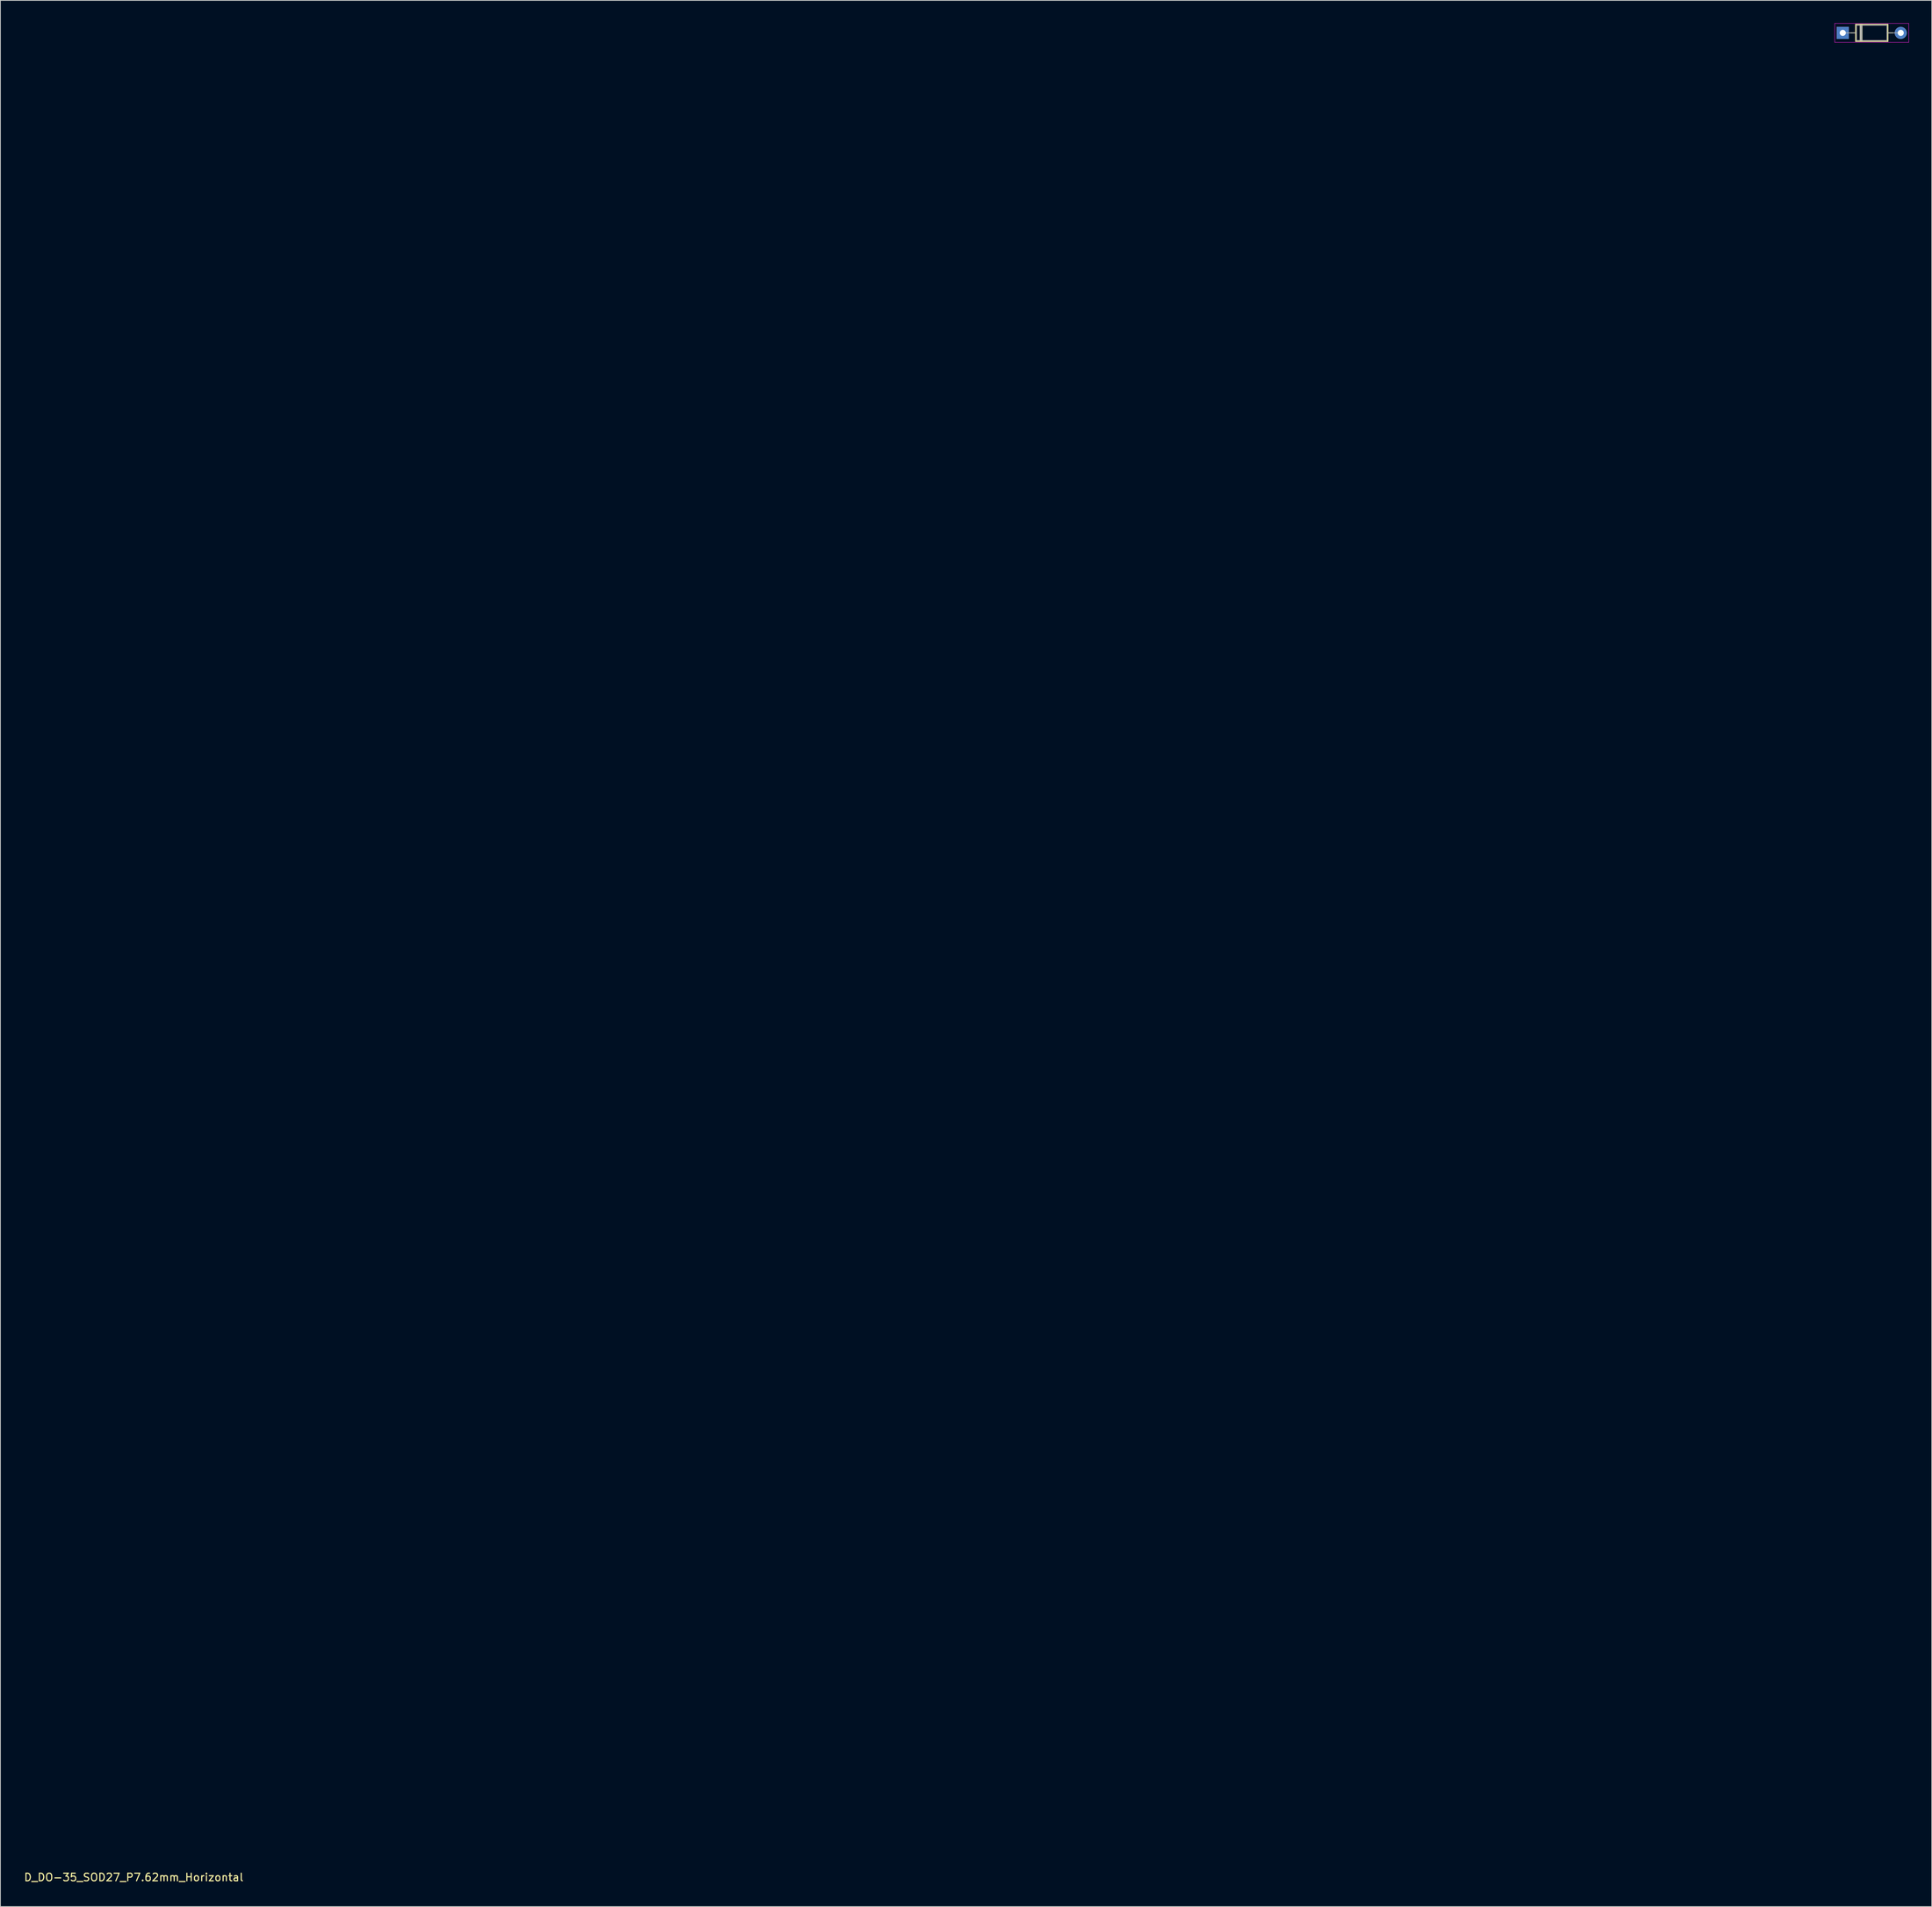
<source format=kicad_pcb>
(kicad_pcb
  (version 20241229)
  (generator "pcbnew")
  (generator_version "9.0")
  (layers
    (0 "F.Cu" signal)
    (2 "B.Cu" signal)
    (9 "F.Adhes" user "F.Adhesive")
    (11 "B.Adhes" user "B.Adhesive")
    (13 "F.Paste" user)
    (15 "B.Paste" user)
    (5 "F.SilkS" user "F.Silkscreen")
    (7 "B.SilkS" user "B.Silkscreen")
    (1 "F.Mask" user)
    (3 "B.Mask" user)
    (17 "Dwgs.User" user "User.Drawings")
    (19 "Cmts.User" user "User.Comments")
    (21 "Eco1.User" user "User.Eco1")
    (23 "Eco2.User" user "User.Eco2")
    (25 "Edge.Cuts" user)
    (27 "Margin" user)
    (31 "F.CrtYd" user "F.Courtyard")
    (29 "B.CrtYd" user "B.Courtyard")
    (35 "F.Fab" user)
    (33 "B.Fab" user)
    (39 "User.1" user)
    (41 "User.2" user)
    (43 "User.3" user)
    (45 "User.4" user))
  (footprint "D_DO-35_SOD27_P7.62mm_Horizontal"
    (layer "F.Cu")
    (at 239.096 1.275)
    (property "Reference" "D_DO-35_SOD27_P7.62mm_Horizontal" (at -224.567 242.521 180) (layer "F.SilkS") (effects (font (size 1 1) (thickness 0.15))))
    (attr through_hole)
    (fp_line (start 1.04 0) (end 1.69 0) (stroke (width 0.12) (type solid)) (layer "F.SilkS"))
    (fp_line (start 1.69 -1.12) (end 1.69 1.12) (stroke (width 0.12) (type solid)) (layer "F.SilkS"))
    (fp_line (start 1.69 1.12) (end 5.93 1.12) (stroke (width 0.12) (type solid)) (layer "F.SilkS"))
    (fp_line (start 2.29 -1.12) (end 2.29 1.12) (stroke (width 0.12) (type solid)) (layer "F.SilkS"))
    (fp_line (start 2.41 -1.12) (end 2.41 1.12) (stroke (width 0.12) (type solid)) (layer "F.SilkS"))
    (fp_line (start 2.53 -1.12) (end 2.53 1.12) (stroke (width 0.12) (type solid)) (layer "F.SilkS"))
    (fp_line (start 5.93 -1.12) (end 1.69 -1.12) (stroke (width 0.12) (type solid)) (layer "F.SilkS"))
    (fp_line (start 5.93 1.12) (end 5.93 -1.12) (stroke (width 0.12) (type solid)) (layer "F.SilkS"))
    (fp_line (start 6.58 0) (end 5.93 0) (stroke (width 0.12) (type solid)) (layer "F.SilkS"))
    (fp_line (start -1.05 -1.25) (end -1.05 1.25) (stroke (width 0.05) (type solid)) (layer "F.CrtYd"))
    (fp_line (start -1.05 1.25) (end 8.67 1.25) (stroke (width 0.05) (type solid)) (layer "F.CrtYd"))
    (fp_line (start 8.67 -1.25) (end -1.05 -1.25) (stroke (width 0.05) (type solid)) (layer "F.CrtYd"))
    (fp_line (start 8.67 1.25) (end 8.67 -1.25) (stroke (width 0.05) (type solid)) (layer "F.CrtYd"))
    (fp_line (start 0 0) (end 1.81 0) (stroke (width 0.1) (type solid)) (layer "F.Fab"))
    (fp_line (start 1.81 -1) (end 1.81 1) (stroke (width 0.1) (type solid)) (layer "F.Fab"))
    (fp_line (start 1.81 1) (end 5.81 1) (stroke (width 0.1) (type solid)) (layer "F.Fab"))
    (fp_line (start 2.31 -1) (end 2.31 1) (stroke (width 0.1) (type solid)) (layer "F.Fab"))
    (fp_line (start 2.41 -1) (end 2.41 1) (stroke (width 0.1) (type solid)) (layer "F.Fab"))
    (fp_line (start 2.51 -1) (end 2.51 1) (stroke (width 0.1) (type solid)) (layer "F.Fab"))
    (fp_line (start 5.81 -1) (end 1.81 -1) (stroke (width 0.1) (type solid)) (layer "F.Fab"))
    (fp_line (start 5.81 1) (end 5.81 -1) (stroke (width 0.1) (type solid)) (layer "F.Fab"))
    (fp_line (start 7.62 0) (end 5.81 0) (stroke (width 0.1) (type solid)) (layer "F.Fab"))
    (pad "1" thru_hole rect (at 0 0) (size 1.6 1.6) (drill 0.8) (layers "*.Cu" "*.Mask"))
    (pad "2" thru_hole oval (at 7.62 0) (size 1.6 1.6) (drill 0.8) (layers "*.Cu" "*.Mask")))
  (gr_rect
    (start -3 -3)
    (end 250.791 247.645)
    (stroke (width 0.1) (type default))
    (fill no)
    (layer "Edge.Cuts")))
</source>
